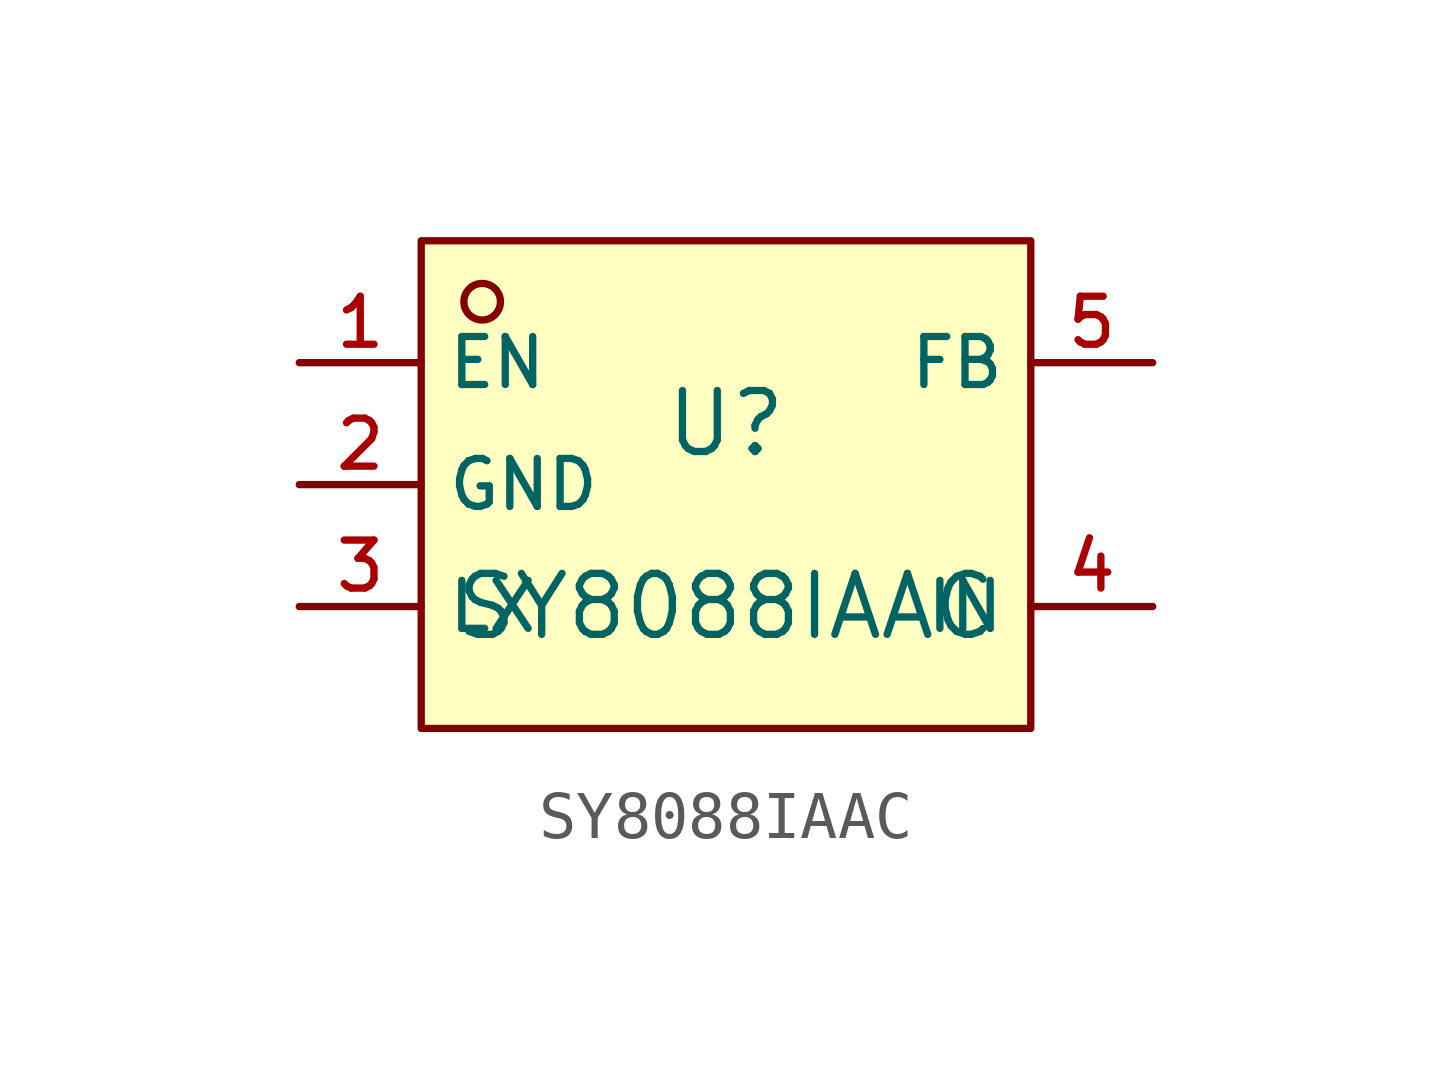
<source format=kicad_sym>
(kicad_symbol_lib
  (version 20210201)
  (generator TousstNicolas/JLC2KiCad_lib)
  (symbol "SY8088IAAC"
    (property "Reference" "U"
      (at 0 1.27 0)
      (effects (font (size 1.27 1.27))))
    (property "Value" "SY8088IAAC"
      (at 0 -2.54 0)
      (effects (font (size 1.27 1.27))))
    (symbol "SY8088IAAC_0_1"
      (rectangle (start -6.35 5.08) (end 6.35 -5.08) (stroke (width 0) (type default) (color 0 0 0 0)) (fill (type background)))
      (circle (center -5.08 3.81) (radius 0.381) (stroke (width 0) (type default) (color 0 0 0 0)) (fill (type background)))
      (pin unspecified line (at -8.89 2.54 0) (length 2.54) (name "EN" (effects (font (size 1 1)))) (number "1" (effects (font (size 1 1)))))
      (pin unspecified line (at -8.89 -0.0 0) (length 2.54) (name "GND" (effects (font (size 1 1)))) (number "2" (effects (font (size 1 1)))))
      (pin unspecified line (at -8.89 -2.54 0) (length 2.54) (name "LX" (effects (font (size 1 1)))) (number "3" (effects (font (size 1 1)))))
      (pin unspecified line (at 8.89 -2.54 180) (length 2.54) (name "IN" (effects (font (size 1 1)))) (number "4" (effects (font (size 1 1)))))
      (pin unspecified line (at 8.89 2.54 180) (length 2.54) (name "FB" (effects (font (size 1 1)))) (number "5" (effects (font (size 1 1))))))))
</source>
